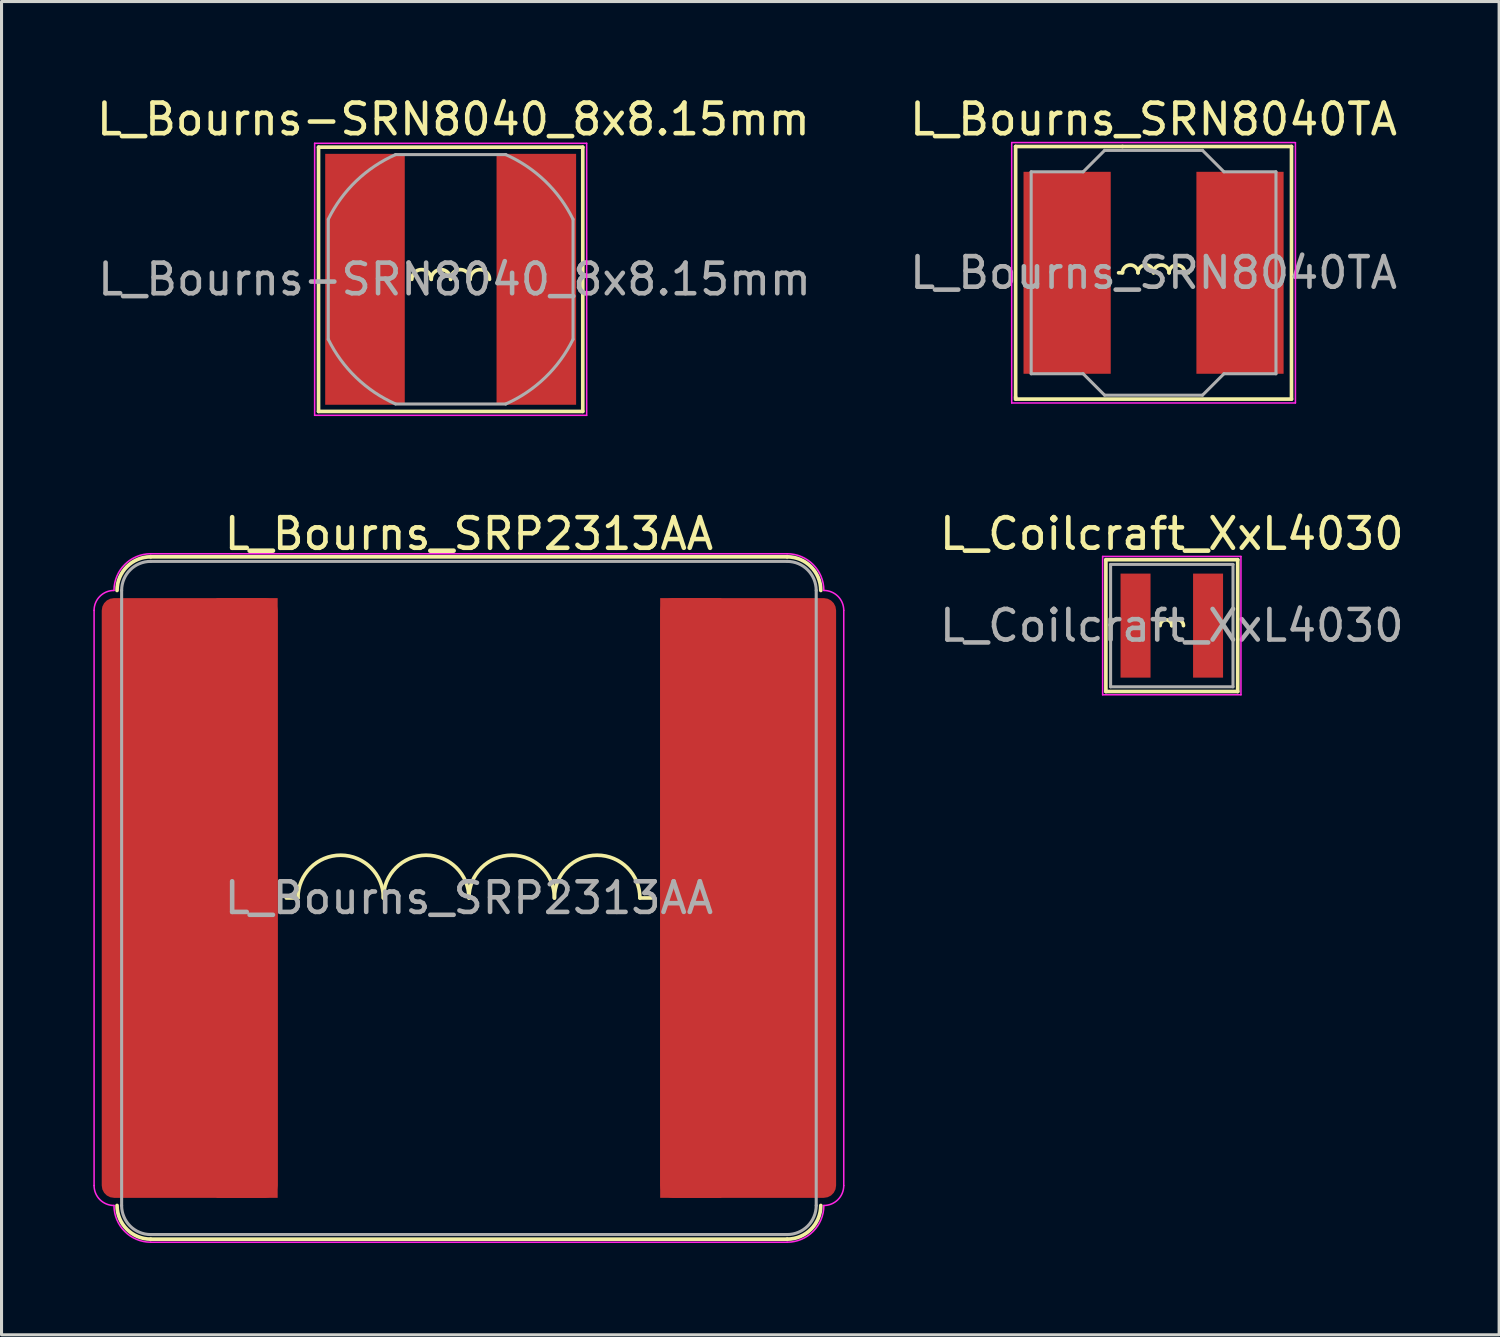
<source format=kicad_pcb>
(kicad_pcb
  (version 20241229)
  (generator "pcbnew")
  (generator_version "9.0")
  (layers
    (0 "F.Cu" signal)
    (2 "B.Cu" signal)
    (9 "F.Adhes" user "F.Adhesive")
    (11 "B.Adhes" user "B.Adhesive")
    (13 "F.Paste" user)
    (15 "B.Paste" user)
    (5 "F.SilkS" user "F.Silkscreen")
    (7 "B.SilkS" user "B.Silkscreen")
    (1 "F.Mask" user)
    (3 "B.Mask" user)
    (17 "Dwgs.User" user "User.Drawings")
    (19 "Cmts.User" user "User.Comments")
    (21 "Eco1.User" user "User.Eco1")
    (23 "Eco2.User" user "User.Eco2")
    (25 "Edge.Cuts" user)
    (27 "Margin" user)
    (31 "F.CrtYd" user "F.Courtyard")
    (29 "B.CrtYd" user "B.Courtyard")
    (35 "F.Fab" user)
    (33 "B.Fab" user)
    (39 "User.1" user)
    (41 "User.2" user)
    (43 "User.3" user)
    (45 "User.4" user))
  (footprint "L_Bourns_SRN8040TA"
    (layer "F.Cu")
    (at 34.65 5.865)
    (property "Reference" "L_Bourns_SRN8040TA" (at 0 -5.016 180) (layer "F.SilkS") (effects (font (size 1 1) (thickness 0.15))))
    (attr smd)
    (fp_line (start -4.508 -4.128) (end -4.508 4.064) (stroke (width 0.12) (type solid)) (layer "F.SilkS"))
    (fp_line (start -4.508 4.064) (end -4.508 4.128) (stroke (width 0.12) (type solid)) (layer "F.SilkS"))
    (fp_line (start -4.508 4.128) (end 4.508 4.128) (stroke (width 0.12) (type solid)) (layer "F.SilkS"))
    (fp_line (start -1.016 -4.128) (end -4.508 -4.128) (stroke (width 0.12) (type solid)) (layer "F.SilkS"))
    (fp_line (start -1.016 0) (end -1.143 0) (stroke (width 0.12) (type solid)) (layer "F.SilkS"))
    (fp_line (start 1.016 0) (end 1.143 0) (stroke (width 0.12) (type solid)) (layer "F.SilkS"))
    (fp_line (start 4.508 -4.128) (end -1.016 -4.128) (stroke (width 0.12) (type solid)) (layer "F.SilkS"))
    (fp_line (start 4.508 4.128) (end 4.508 -4.128) (stroke (width 0.12) (type solid)) (layer "F.SilkS"))
    (fp_arc (start -1.016 0) (mid -0.762 -0.254) (end -0.508 0) (stroke (width 0.12) (type solid)) (layer "F.SilkS"))
    (fp_arc (start -0.508 0) (mid -0.254 -0.254) (end 0 0) (stroke (width 0.12) (type solid)) (layer "F.SilkS"))
    (fp_arc (start 0 0) (mid 0.254 -0.254) (end 0.508 0) (stroke (width 0.12) (type solid)) (layer "F.SilkS"))
    (fp_arc (start 0.508 0) (mid 0.762 -0.254) (end 1.016 0) (stroke (width 0.12) (type solid)) (layer "F.SilkS"))
    (fp_line (start -4.636 -4.255) (end -4.636 4.255) (stroke (width 0.05) (type solid)) (layer "F.CrtYd"))
    (fp_line (start -4.636 4.255) (end 4.636 4.255) (stroke (width 0.05) (type solid)) (layer "F.CrtYd"))
    (fp_line (start 4.636 -4.255) (end -4.636 -4.255) (stroke (width 0.05) (type solid)) (layer "F.CrtYd"))
    (fp_line (start 4.636 4.25) (end 4.636 -4.25) (stroke (width 0.05) (type solid)) (layer "F.CrtYd"))
    (fp_line (start -4 3.3) (end -4 -3.3) (stroke (width 0.1) (type solid)) (layer "F.Fab"))
    (fp_line (start -2.3 -3.3) (end -4 -3.3) (stroke (width 0.1) (type solid)) (layer "F.Fab"))
    (fp_line (start -2.3 3.3) (end -4 3.3) (stroke (width 0.1) (type solid)) (layer "F.Fab"))
    (fp_line (start -1.6 -4) (end -2.3 -3.3) (stroke (width 0.1) (type solid)) (layer "F.Fab"))
    (fp_line (start -1.6 4) (end -2.3 3.3) (stroke (width 0.1) (type solid)) (layer "F.Fab"))
    (fp_line (start 1.6 -4) (end -1.6 -4) (stroke (width 0.1) (type solid)) (layer "F.Fab"))
    (fp_line (start 1.6 -4) (end 2.3 -3.3) (stroke (width 0.1) (type solid)) (layer "F.Fab"))
    (fp_line (start 1.6 4) (end -1.6 4) (stroke (width 0.1) (type solid)) (layer "F.Fab"))
    (fp_line (start 1.6 4) (end 2.3 3.3) (stroke (width 0.1) (type solid)) (layer "F.Fab"))
    (fp_line (start 2.3 -3.3) (end 4 -3.3) (stroke (width 0.1) (type solid)) (layer "F.Fab"))
    (fp_line (start 2.3 3.3) (end 4 3.3) (stroke (width 0.1) (type solid)) (layer "F.Fab"))
    (fp_line (start 4 -3.3) (end 4 3.3) (stroke (width 0.1) (type solid)) (layer "F.Fab"))
    (fp_text user "${REFERENCE}" (at 0 0 0) (layer "F.Fab") (effects (font (size 1 1) (thickness 0.15))))
    (pad "1" smd rect (at -2.825 0 270) (size 6.6 2.85) (layers "F.Cu" "F.Mask" "F.Paste"))
    (pad "2" smd rect (at 2.825 0 270) (size 6.6 2.85) (layers "F.Cu" "F.Mask" "F.Paste")))
  (footprint "L_Bourns_SRP2313AA"
    (layer "F.Cu")
    (at 12.275 26.297)
    (property "Reference" "L_Bourns_SRP2313AA" (at 0 -11.9 0) (layer "F.SilkS") (effects (font (size 1 1) (thickness 0.15))))
    (attr smd)
    (fp_line (start -10.4 -11.15) (end 10.4 -11.15) (stroke (width 0.12) (type solid)) (layer "F.SilkS"))
    (fp_line (start -5.588 0) (end -5.969 0) (stroke (width 0.12) (type solid)) (layer "F.SilkS"))
    (fp_line (start 5.588 0) (end 5.969 0) (stroke (width 0.12) (type solid)) (layer "F.SilkS"))
    (fp_line (start 10.4 11.15) (end -10.4 11.15) (stroke (width 0.12) (type solid)) (layer "F.SilkS"))
    (fp_arc (start -11.5 -10.05) (mid -11.177817 -10.827817) (end -10.4 -11.15) (stroke (width 0.12) (type solid)) (layer "F.SilkS"))
    (fp_arc (start -10.4 11.15) (mid -11.177817 10.827817) (end -11.5 10.05) (stroke (width 0.12) (type solid)) (layer "F.SilkS"))
    (fp_arc (start -5.588 0) (mid -4.191 -1.397) (end -2.794 0) (stroke (width 0.12) (type solid)) (layer "F.SilkS"))
    (fp_arc (start -2.794 0) (mid -1.397 -1.397) (end 0 0) (stroke (width 0.12) (type solid)) (layer "F.SilkS"))
    (fp_arc (start 0 0) (mid 1.397 -1.397) (end 2.794 0) (stroke (width 0.12) (type solid)) (layer "F.SilkS"))
    (fp_arc (start 2.794 0) (mid 4.191 -1.397) (end 5.588 0) (stroke (width 0.12) (type solid)) (layer "F.SilkS"))
    (fp_arc (start 10.4 -11.15) (mid 11.177817 -10.827817) (end 11.5 -10.05) (stroke (width 0.12) (type solid)) (layer "F.SilkS"))
    (fp_arc (start 11.5 10.05) (mid 11.177817 10.827817) (end 10.4 11.15) (stroke (width 0.12) (type solid)) (layer "F.SilkS"))
    (fp_line (start -12.25 9.4) (end -12.25 -9.4) (stroke (width 0.05) (type solid)) (layer "F.CrtYd"))
    (fp_line (start -10.4 -11.25) (end 10.4 -11.25) (stroke (width 0.05) (type solid)) (layer "F.CrtYd"))
    (fp_line (start 10.4 11.25) (end -10.4 11.25) (stroke (width 0.05) (type solid)) (layer "F.CrtYd"))
    (fp_line (start 12.25 -9.4) (end 12.25 9.4) (stroke (width 0.05) (type solid)) (layer "F.CrtYd"))
    (fp_arc (start -12.25 -9.4) (mid -12.059619 -9.859619) (end -11.6 -10.05) (stroke (width 0.05) (type solid)) (layer "F.CrtYd"))
    (fp_arc (start -11.6 -10.05) (mid -11.248528 -10.898528) (end -10.4 -11.25) (stroke (width 0.05) (type solid)) (layer "F.CrtYd"))
    (fp_arc (start -11.6 10.05) (mid -12.059619 9.859619) (end -12.25 9.4) (stroke (width 0.05) (type solid)) (layer "F.CrtYd"))
    (fp_arc (start -10.4 11.25) (mid -11.248528 10.898528) (end -11.6 10.05) (stroke (width 0.05) (type solid)) (layer "F.CrtYd"))
    (fp_arc (start 10.4 -11.25) (mid 11.248528 -10.898528) (end 11.6 -10.05) (stroke (width 0.05) (type solid)) (layer "F.CrtYd"))
    (fp_arc (start 11.6 -10.05) (mid 12.059619 -9.859619) (end 12.25 -9.4) (stroke (width 0.05) (type solid)) (layer "F.CrtYd"))
    (fp_arc (start 11.6 10.05) (mid 11.248528 10.898528) (end 10.4 11.25) (stroke (width 0.05) (type solid)) (layer "F.CrtYd"))
    (fp_arc (start 12.25 9.4) (mid 12.059619 9.859619) (end 11.6 10.05) (stroke (width 0.05) (type solid)) (layer "F.CrtYd"))
    (fp_line (start -11.35 -10.05) (end -11.35 10.05) (stroke (width 0.1) (type solid)) (layer "F.Fab"))
    (fp_line (start -10.4 -11) (end 10.4 -11) (stroke (width 0.1) (type solid)) (layer "F.Fab"))
    (fp_line (start 10.4 11) (end -10.4 11) (stroke (width 0.1) (type solid)) (layer "F.Fab"))
    (fp_line (start 11.35 -10.05) (end 11.35 10.05) (stroke (width 0.1) (type solid)) (layer "F.Fab"))
    (fp_arc (start -11.35 -10.05) (mid -11.071751 -10.721751) (end -10.4 -11) (stroke (width 0.1) (type solid)) (layer "F.Fab"))
    (fp_arc (start -10.4 11) (mid -11.071751 10.721751) (end -11.35 10.05) (stroke (width 0.1) (type solid)) (layer "F.Fab"))
    (fp_arc (start 10.4 -11) (mid 11.071751 -10.721751) (end 11.35 -10.05) (stroke (width 0.1) (type solid)) (layer "F.Fab"))
    (fp_arc (start 11.35 10.05) (mid 11.071751 10.721751) (end 10.4 11) (stroke (width 0.1) (type solid)) (layer "F.Fab"))
    (fp_text user "${REFERENCE}" (at 0 0 0) (layer "F.Fab") (effects (font (size 1 1) (thickness 0.15))))
    (pad "1" smd roundrect (at -9.125 0) (size 5.75 19.6) (layers "F.Cu" "F.Mask" "F.Paste") (roundrect_rratio 0.07))
    (pad "1" smd rect (at -7.25 0) (size 2 19.6) (layers "F.Cu" "F.Mask" "F.Paste"))
    (pad "2" smd rect (at 7.25 0) (size 2 19.6) (layers "F.Cu" "F.Mask" "F.Paste"))
    (pad "2" smd roundrect (at 9.125 0) (size 5.75 19.6) (layers "F.Cu" "F.Mask" "F.Paste") (roundrect_rratio 0.07)))
  (footprint "L_Coilcraft_XxL4030"
    (layer "F.Cu")
    (at 35.246 17.396)
    (property "Reference" "L_Coilcraft_XxL4030" (at 0 -3 0) (layer "F.SilkS") (effects (font (size 1 1) (thickness 0.15))))
    (attr smd)
    (fp_line (start -2.154 -2.154) (end -2.154 2.154) (stroke (width 0.12) (type solid)) (layer "F.SilkS"))
    (fp_line (start -2.154 -2.154) (end 2.154 -2.154) (stroke (width 0.12) (type solid)) (layer "F.SilkS"))
    (fp_line (start 2.154 2.154) (end -2.154 2.154) (stroke (width 0.12) (type solid)) (layer "F.SilkS"))
    (fp_line (start 2.154 2.154) (end 2.154 -2.154) (stroke (width 0.12) (type solid)) (layer "F.SilkS"))
    (fp_arc (start -0.381 0) (mid -0.1905 -0.1905) (end 0 0) (stroke (width 0.12) (type solid)) (layer "F.SilkS"))
    (fp_arc (start 0 0) (mid 0.1905 -0.1905) (end 0.381 0) (stroke (width 0.12) (type solid)) (layer "F.SilkS"))
    (fp_line (start -2.26 -2.26) (end 2.26 -2.26) (stroke (width 0.05) (type solid)) (layer "F.CrtYd"))
    (fp_line (start -2.26 2.26) (end -2.26 -2.26) (stroke (width 0.05) (type solid)) (layer "F.CrtYd"))
    (fp_line (start 2.26 -2.26) (end 2.26 2.26) (stroke (width 0.05) (type solid)) (layer "F.CrtYd"))
    (fp_line (start 2.26 2.26) (end -2.26 2.26) (stroke (width 0.05) (type solid)) (layer "F.CrtYd"))
    (fp_line (start -2 -2) (end 2 -2) (stroke (width 0.1) (type solid)) (layer "F.Fab"))
    (fp_line (start -2 2) (end -2 -2) (stroke (width 0.1) (type solid)) (layer "F.Fab"))
    (fp_line (start 2 -2) (end 2 2) (stroke (width 0.1) (type solid)) (layer "F.Fab"))
    (fp_line (start 2 2) (end -2 2) (stroke (width 0.1) (type solid)) (layer "F.Fab"))
    (fp_text user "${REFERENCE}" (at 0 0 0) (layer "F.Fab") (effects (font (size 1 1) (thickness 0.15))))
    (pad "1" smd rect (at -1.185 0) (size 0.98 3.4) (layers "F.Cu" "F.Mask" "F.Paste"))
    (pad "2" smd rect (at 1.185 0) (size 0.98 3.4) (layers "F.Cu" "F.Mask" "F.Paste")))
  (footprint "L_Bourns-SRN8040_8x8.15mm"
    (layer "F.Cu")
    (at 11.678 6.078)
    (property "Reference" "L_Bourns-SRN8040_8x8.15mm" (at 0.09 -5.23 0) (layer "F.SilkS") (effects (font (size 1 1) (thickness 0.15))))
    (attr smd)
    (fp_line (start -4.318 -4.318) (end 4.318 -4.318) (stroke (width 0.12) (type solid)) (layer "F.SilkS"))
    (fp_line (start -4.318 4.318) (end -4.318 -4.318) (stroke (width 0.12) (type solid)) (layer "F.SilkS"))
    (fp_line (start 4.318 -4.318) (end 4.318 4.318) (stroke (width 0.12) (type solid)) (layer "F.SilkS"))
    (fp_line (start 4.318 4.318) (end -4.318 4.318) (stroke (width 0.12) (type solid)) (layer "F.SilkS"))
    (fp_arc (start -1.27 0) (mid -0.9525 -0.3175) (end -0.635 0) (stroke (width 0.12) (type solid)) (layer "F.SilkS"))
    (fp_arc (start -0.635 0) (mid -0.3175 -0.3175) (end 0 0) (stroke (width 0.12) (type solid)) (layer "F.SilkS"))
    (fp_arc (start 0 0) (mid 0.3175 -0.3175) (end 0.635 0) (stroke (width 0.12) (type solid)) (layer "F.SilkS"))
    (fp_arc (start 0.635 0) (mid 0.9525 -0.3175) (end 1.27 0) (stroke (width 0.12) (type solid)) (layer "F.SilkS"))
    (fp_line (start -4.445 -4.445) (end -4.445 4.445) (stroke (width 0.05) (type solid)) (layer "F.CrtYd"))
    (fp_line (start -4.445 -4.445) (end 4.445 -4.445) (stroke (width 0.05) (type solid)) (layer "F.CrtYd"))
    (fp_line (start -4.445 4.445) (end 4.445 4.445) (stroke (width 0.05) (type solid)) (layer "F.CrtYd"))
    (fp_line (start 4.445 -4.445) (end 4.445 4.445) (stroke (width 0.05) (type solid)) (layer "F.CrtYd"))
    (fp_line (start -4 -1.96) (end -4 1.96) (stroke (width 0.1) (type solid)) (layer "F.Fab"))
    (fp_line (start -1.8 -4.075) (end 1.8 -4.075) (stroke (width 0.1) (type solid)) (layer "F.Fab"))
    (fp_line (start 1.8 4.075) (end -1.8 4.075) (stroke (width 0.1) (type solid)) (layer "F.Fab"))
    (fp_line (start 4 -1.96) (end 4 1.96) (stroke (width 0.1) (type solid)) (layer "F.Fab"))
    (fp_arc (start -3.99824 -1.964613) (mid -3.085179 -3.213611) (end -1.8 -4.075) (stroke (width 0.1) (type solid)) (layer "F.Fab"))
    (fp_arc (start -1.804314 4.072598) (mid -3.088411 3.209878) (end -4 1.96) (stroke (width 0.1) (type solid)) (layer "F.Fab"))
    (fp_arc (start 1.799817 -4.074587) (mid 3.086639 -3.211582) (end 4 -1.96) (stroke (width 0.1) (type solid)) (layer "F.Fab"))
    (fp_arc (start 3.99824 1.964613) (mid 3.085179 3.213611) (end 1.8 4.075) (stroke (width 0.1) (type solid)) (layer "F.Fab"))
    (fp_text user "${REFERENCE}" (at 0.127 0 0) (layer "F.Fab") (effects (font (size 1 1) (thickness 0.15))))
    (pad "1" smd rect (at -2.8 0) (size 2.6 8.2) (layers "F.Cu" "F.Mask" "F.Paste"))
    (pad "2" smd rect (at 2.8 0) (size 2.6 8.2) (layers "F.Cu" "F.Mask" "F.Paste")))
  (gr_rect
    (start -3 -3)
    (end 45.943 40.572)
    (stroke (width 0.1) (type default))
    (fill no)
    (layer "Edge.Cuts")))
</source>
